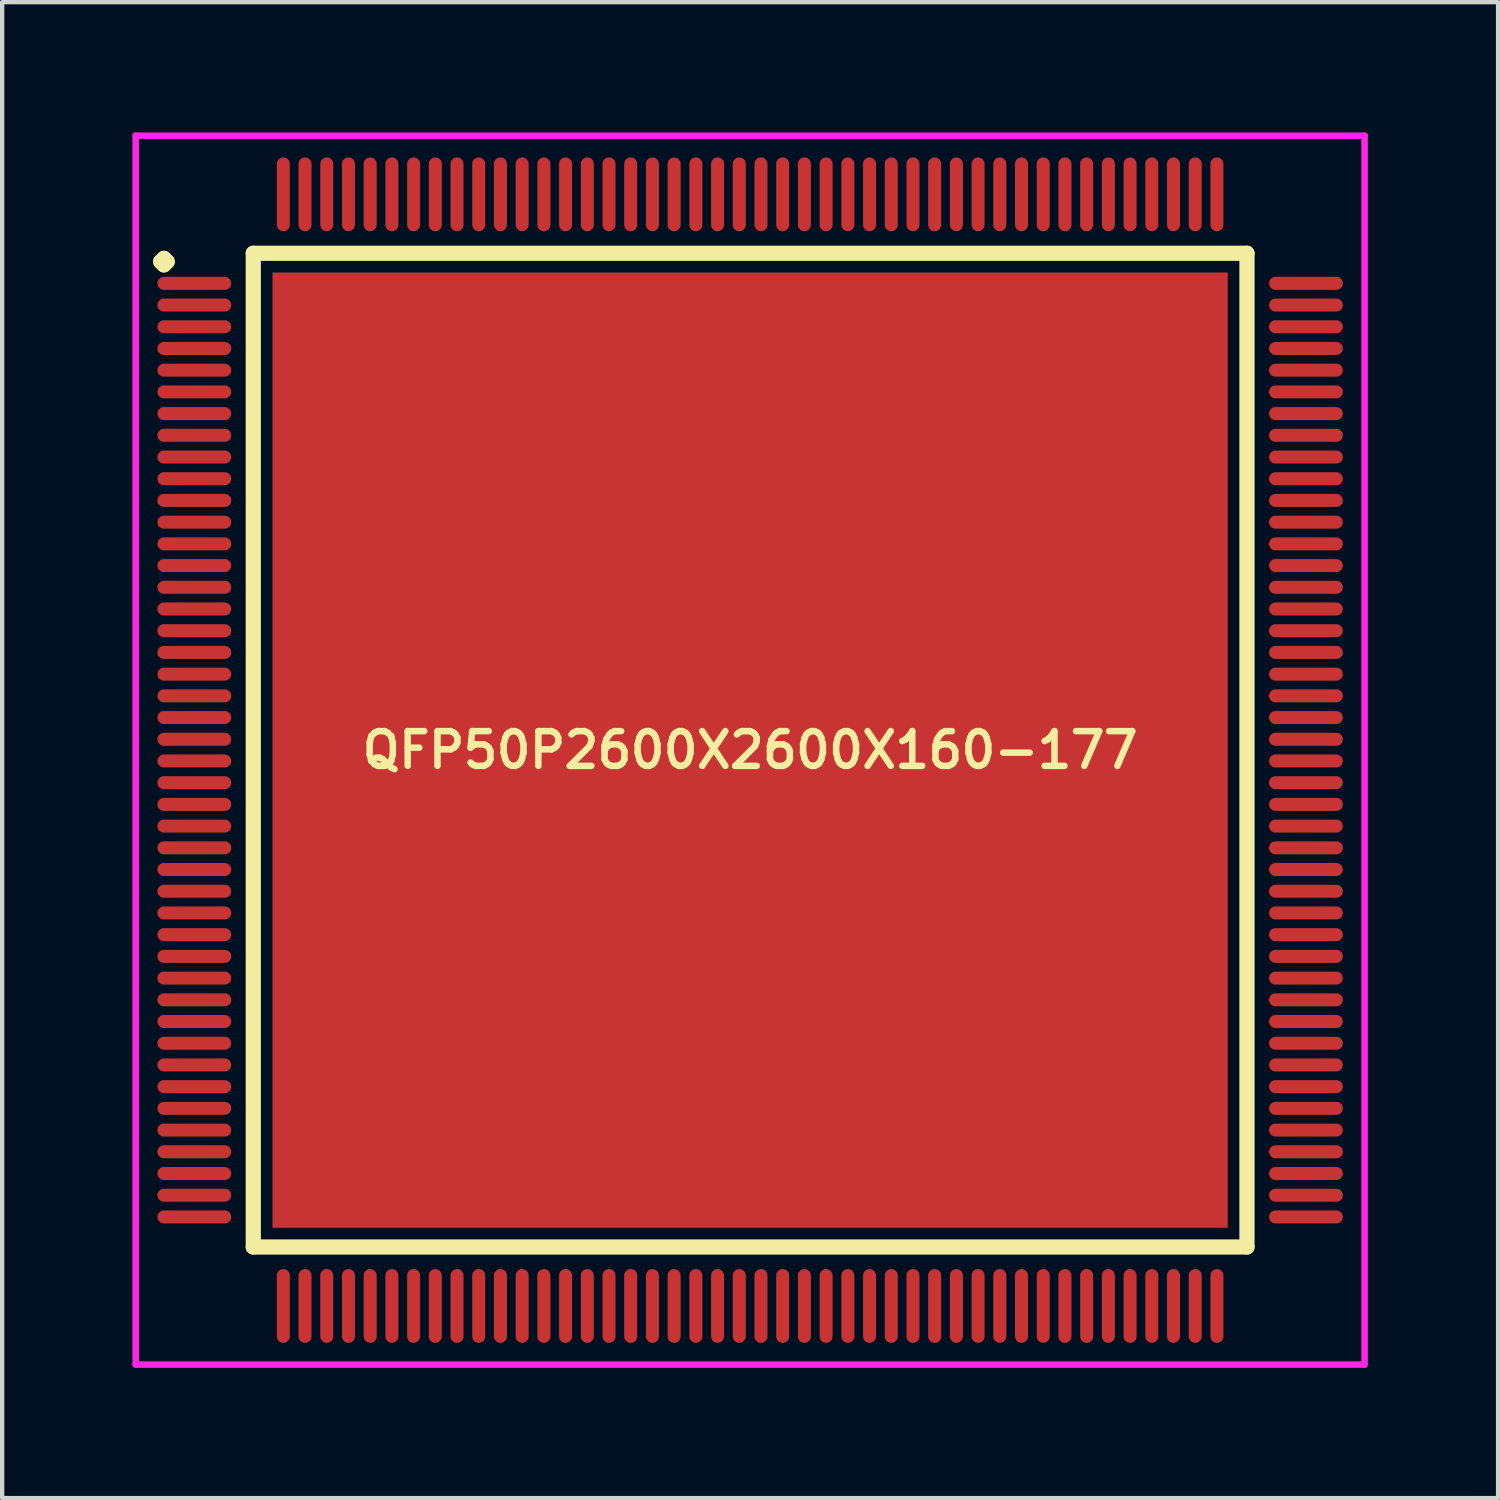
<source format=kicad_pcb>
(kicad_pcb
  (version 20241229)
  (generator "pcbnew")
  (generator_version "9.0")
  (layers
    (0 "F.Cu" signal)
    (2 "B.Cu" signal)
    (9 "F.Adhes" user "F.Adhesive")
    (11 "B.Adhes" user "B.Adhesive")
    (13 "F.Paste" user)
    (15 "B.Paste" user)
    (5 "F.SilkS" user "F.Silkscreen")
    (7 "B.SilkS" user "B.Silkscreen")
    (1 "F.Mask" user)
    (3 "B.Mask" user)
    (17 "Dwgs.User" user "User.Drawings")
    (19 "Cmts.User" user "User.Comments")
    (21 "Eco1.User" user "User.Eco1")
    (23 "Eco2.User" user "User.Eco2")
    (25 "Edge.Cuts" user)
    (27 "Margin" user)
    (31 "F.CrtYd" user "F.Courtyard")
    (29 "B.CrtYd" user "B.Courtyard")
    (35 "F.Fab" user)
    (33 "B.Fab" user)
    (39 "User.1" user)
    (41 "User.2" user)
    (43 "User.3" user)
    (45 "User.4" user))
  (footprint "QFP50P2600X2600X160-177"
    (layer "F.Cu")
    (at 14.225 14.225)
    (property "Reference" "QFP50P2600X2600X160-177" (at 0 0 0) (layer "F.SilkS") (effects (font (size 0.8 0.8) (thickness 0.15))))
    (attr smd)
    (fp_line (start -13.575 -11.25) (end -13.5 -11.325) (stroke (width 0.35) (type solid)) (layer "F.SilkS"))
    (fp_line (start -13.5 -11.325) (end -13.425 -11.25) (stroke (width 0.35) (type solid)) (layer "F.SilkS"))
    (fp_line (start -13.5 -11.175) (end -13.575 -11.25) (stroke (width 0.35) (type solid)) (layer "F.SilkS"))
    (fp_line (start -13.425 -11.25) (end -13.5 -11.175) (stroke (width 0.35) (type solid)) (layer "F.SilkS"))
    (fp_line (start -11.442 -11.442) (end -11.442 11.442) (stroke (width 0.35) (type solid)) (layer "F.SilkS"))
    (fp_line (start -11.442 11.442) (end 11.442 11.442) (stroke (width 0.35) (type solid)) (layer "F.SilkS"))
    (fp_line (start 11.442 -11.442) (end -11.442 -11.442) (stroke (width 0.35) (type solid)) (layer "F.SilkS"))
    (fp_line (start 11.442 11.442) (end 11.442 -11.442) (stroke (width 0.35) (type solid)) (layer "F.SilkS"))
    (fp_line (start -14.15 -14.15) (end 14.15 -14.15) (stroke (width 0.15) (type solid)) (layer "F.CrtYd"))
    (fp_line (start -14.15 14.15) (end -14.15 -14.15) (stroke (width 0.15) (type solid)) (layer "F.CrtYd"))
    (fp_line (start 14.15 -14.15) (end 14.15 14.15) (stroke (width 0.15) (type solid)) (layer "F.CrtYd"))
    (fp_line (start 14.15 14.15) (end -14.15 14.15) (stroke (width 0.15) (type solid)) (layer "F.CrtYd"))
    (pad "1" smd oval (at -12.8 -10.75) (size 1.7 0.3) (layers "F.Cu" "F.Mask" "F.Paste"))
    (pad "2" smd oval (at -12.8 -10.25) (size 1.7 0.3) (layers "F.Cu" "F.Mask" "F.Paste"))
    (pad "3" smd oval (at -12.8 -9.75) (size 1.7 0.3) (layers "F.Cu" "F.Mask" "F.Paste"))
    (pad "4" smd oval (at -12.8 -9.25) (size 1.7 0.3) (layers "F.Cu" "F.Mask" "F.Paste"))
    (pad "5" smd oval (at -12.8 -8.75) (size 1.7 0.3) (layers "F.Cu" "F.Mask" "F.Paste"))
    (pad "6" smd oval (at -12.8 -8.25) (size 1.7 0.3) (layers "F.Cu" "F.Mask" "F.Paste"))
    (pad "7" smd oval (at -12.8 -7.75) (size 1.7 0.3) (layers "F.Cu" "F.Mask" "F.Paste"))
    (pad "8" smd oval (at -12.8 -7.25) (size 1.7 0.3) (layers "F.Cu" "F.Mask" "F.Paste"))
    (pad "9" smd oval (at -12.8 -6.75) (size 1.7 0.3) (layers "F.Cu" "F.Mask" "F.Paste"))
    (pad "10" smd oval (at -12.8 -6.25) (size 1.7 0.3) (layers "F.Cu" "F.Mask" "F.Paste"))
    (pad "11" smd oval (at -12.8 -5.75) (size 1.7 0.3) (layers "F.Cu" "F.Mask" "F.Paste"))
    (pad "12" smd oval (at -12.8 -5.25) (size 1.7 0.3) (layers "F.Cu" "F.Mask" "F.Paste"))
    (pad "13" smd oval (at -12.8 -4.75) (size 1.7 0.3) (layers "F.Cu" "F.Mask" "F.Paste"))
    (pad "14" smd oval (at -12.8 -4.25) (size 1.7 0.3) (layers "F.Cu" "F.Mask" "F.Paste"))
    (pad "15" smd oval (at -12.8 -3.75) (size 1.7 0.3) (layers "F.Cu" "F.Mask" "F.Paste"))
    (pad "16" smd oval (at -12.8 -3.25) (size 1.7 0.3) (layers "F.Cu" "F.Mask" "F.Paste"))
    (pad "17" smd oval (at -12.8 -2.75) (size 1.7 0.3) (layers "F.Cu" "F.Mask" "F.Paste"))
    (pad "18" smd oval (at -12.8 -2.25) (size 1.7 0.3) (layers "F.Cu" "F.Mask" "F.Paste"))
    (pad "19" smd oval (at -12.8 -1.75) (size 1.7 0.3) (layers "F.Cu" "F.Mask" "F.Paste"))
    (pad "20" smd oval (at -12.8 -1.25) (size 1.7 0.3) (layers "F.Cu" "F.Mask" "F.Paste"))
    (pad "21" smd oval (at -12.8 -0.75) (size 1.7 0.3) (layers "F.Cu" "F.Mask" "F.Paste"))
    (pad "22" smd oval (at -12.8 -0.25) (size 1.7 0.3) (layers "F.Cu" "F.Mask" "F.Paste"))
    (pad "23" smd oval (at -12.8 0.25) (size 1.7 0.3) (layers "F.Cu" "F.Mask" "F.Paste"))
    (pad "24" smd oval (at -12.8 0.75) (size 1.7 0.3) (layers "F.Cu" "F.Mask" "F.Paste"))
    (pad "25" smd oval (at -12.8 1.25) (size 1.7 0.3) (layers "F.Cu" "F.Mask" "F.Paste"))
    (pad "26" smd oval (at -12.8 1.75) (size 1.7 0.3) (layers "F.Cu" "F.Mask" "F.Paste"))
    (pad "27" smd oval (at -12.8 2.25) (size 1.7 0.3) (layers "F.Cu" "F.Mask" "F.Paste"))
    (pad "28" smd oval (at -12.8 2.75) (size 1.7 0.3) (layers "F.Cu" "F.Mask" "F.Paste"))
    (pad "29" smd oval (at -12.8 3.25) (size 1.7 0.3) (layers "F.Cu" "F.Mask" "F.Paste"))
    (pad "30" smd oval (at -12.8 3.75) (size 1.7 0.3) (layers "F.Cu" "F.Mask" "F.Paste"))
    (pad "31" smd oval (at -12.8 4.25) (size 1.7 0.3) (layers "F.Cu" "F.Mask" "F.Paste"))
    (pad "32" smd oval (at -12.8 4.75) (size 1.7 0.3) (layers "F.Cu" "F.Mask" "F.Paste"))
    (pad "33" smd oval (at -12.8 5.25) (size 1.7 0.3) (layers "F.Cu" "F.Mask" "F.Paste"))
    (pad "34" smd oval (at -12.8 5.75) (size 1.7 0.3) (layers "F.Cu" "F.Mask" "F.Paste"))
    (pad "35" smd oval (at -12.8 6.25) (size 1.7 0.3) (layers "F.Cu" "F.Mask" "F.Paste"))
    (pad "36" smd oval (at -12.8 6.75) (size 1.7 0.3) (layers "F.Cu" "F.Mask" "F.Paste"))
    (pad "37" smd oval (at -12.8 7.25) (size 1.7 0.3) (layers "F.Cu" "F.Mask" "F.Paste"))
    (pad "38" smd oval (at -12.8 7.75) (size 1.7 0.3) (layers "F.Cu" "F.Mask" "F.Paste"))
    (pad "39" smd oval (at -12.8 8.25) (size 1.7 0.3) (layers "F.Cu" "F.Mask" "F.Paste"))
    (pad "40" smd oval (at -12.8 8.75) (size 1.7 0.3) (layers "F.Cu" "F.Mask" "F.Paste"))
    (pad "41" smd oval (at -12.8 9.25) (size 1.7 0.3) (layers "F.Cu" "F.Mask" "F.Paste"))
    (pad "42" smd oval (at -12.8 9.75) (size 1.7 0.3) (layers "F.Cu" "F.Mask" "F.Paste"))
    (pad "43" smd oval (at -12.8 10.25) (size 1.7 0.3) (layers "F.Cu" "F.Mask" "F.Paste"))
    (pad "44" smd oval (at -12.8 10.75) (size 1.7 0.3) (layers "F.Cu" "F.Mask" "F.Paste"))
    (pad "45" smd oval (at -10.75 12.8) (size 0.3 1.7) (layers "F.Cu" "F.Mask" "F.Paste"))
    (pad "46" smd oval (at -10.25 12.8) (size 0.3 1.7) (layers "F.Cu" "F.Mask" "F.Paste"))
    (pad "47" smd oval (at -9.75 12.8) (size 0.3 1.7) (layers "F.Cu" "F.Mask" "F.Paste"))
    (pad "48" smd oval (at -9.25 12.8) (size 0.3 1.7) (layers "F.Cu" "F.Mask" "F.Paste"))
    (pad "49" smd oval (at -8.75 12.8) (size 0.3 1.7) (layers "F.Cu" "F.Mask" "F.Paste"))
    (pad "50" smd oval (at -8.25 12.8) (size 0.3 1.7) (layers "F.Cu" "F.Mask" "F.Paste"))
    (pad "51" smd oval (at -7.75 12.8) (size 0.3 1.7) (layers "F.Cu" "F.Mask" "F.Paste"))
    (pad "52" smd oval (at -7.25 12.8) (size 0.3 1.7) (layers "F.Cu" "F.Mask" "F.Paste"))
    (pad "53" smd oval (at -6.75 12.8) (size 0.3 1.7) (layers "F.Cu" "F.Mask" "F.Paste"))
    (pad "54" smd oval (at -6.25 12.8) (size 0.3 1.7) (layers "F.Cu" "F.Mask" "F.Paste"))
    (pad "55" smd oval (at -5.75 12.8) (size 0.3 1.7) (layers "F.Cu" "F.Mask" "F.Paste"))
    (pad "56" smd oval (at -5.25 12.8) (size 0.3 1.7) (layers "F.Cu" "F.Mask" "F.Paste"))
    (pad "57" smd oval (at -4.75 12.8) (size 0.3 1.7) (layers "F.Cu" "F.Mask" "F.Paste"))
    (pad "58" smd oval (at -4.25 12.8) (size 0.3 1.7) (layers "F.Cu" "F.Mask" "F.Paste"))
    (pad "59" smd oval (at -3.75 12.8) (size 0.3 1.7) (layers "F.Cu" "F.Mask" "F.Paste"))
    (pad "60" smd oval (at -3.25 12.8) (size 0.3 1.7) (layers "F.Cu" "F.Mask" "F.Paste"))
    (pad "61" smd oval (at -2.75 12.8) (size 0.3 1.7) (layers "F.Cu" "F.Mask" "F.Paste"))
    (pad "62" smd oval (at -2.25 12.8) (size 0.3 1.7) (layers "F.Cu" "F.Mask" "F.Paste"))
    (pad "63" smd oval (at -1.75 12.8) (size 0.3 1.7) (layers "F.Cu" "F.Mask" "F.Paste"))
    (pad "64" smd oval (at -1.25 12.8) (size 0.3 1.7) (layers "F.Cu" "F.Mask" "F.Paste"))
    (pad "65" smd oval (at -0.75 12.8) (size 0.3 1.7) (layers "F.Cu" "F.Mask" "F.Paste"))
    (pad "66" smd oval (at -0.25 12.8) (size 0.3 1.7) (layers "F.Cu" "F.Mask" "F.Paste"))
    (pad "67" smd oval (at 0.25 12.8) (size 0.3 1.7) (layers "F.Cu" "F.Mask" "F.Paste"))
    (pad "68" smd oval (at 0.75 12.8) (size 0.3 1.7) (layers "F.Cu" "F.Mask" "F.Paste"))
    (pad "69" smd oval (at 1.25 12.8) (size 0.3 1.7) (layers "F.Cu" "F.Mask" "F.Paste"))
    (pad "70" smd oval (at 1.75 12.8) (size 0.3 1.7) (layers "F.Cu" "F.Mask" "F.Paste"))
    (pad "71" smd oval (at 2.25 12.8) (size 0.3 1.7) (layers "F.Cu" "F.Mask" "F.Paste"))
    (pad "72" smd oval (at 2.75 12.8) (size 0.3 1.7) (layers "F.Cu" "F.Mask" "F.Paste"))
    (pad "73" smd oval (at 3.25 12.8) (size 0.3 1.7) (layers "F.Cu" "F.Mask" "F.Paste"))
    (pad "74" smd oval (at 3.75 12.8) (size 0.3 1.7) (layers "F.Cu" "F.Mask" "F.Paste"))
    (pad "75" smd oval (at 4.25 12.8) (size 0.3 1.7) (layers "F.Cu" "F.Mask" "F.Paste"))
    (pad "76" smd oval (at 4.75 12.8) (size 0.3 1.7) (layers "F.Cu" "F.Mask" "F.Paste"))
    (pad "77" smd oval (at 5.25 12.8) (size 0.3 1.7) (layers "F.Cu" "F.Mask" "F.Paste"))
    (pad "78" smd oval (at 5.75 12.8) (size 0.3 1.7) (layers "F.Cu" "F.Mask" "F.Paste"))
    (pad "79" smd oval (at 6.25 12.8) (size 0.3 1.7) (layers "F.Cu" "F.Mask" "F.Paste"))
    (pad "80" smd oval (at 6.75 12.8) (size 0.3 1.7) (layers "F.Cu" "F.Mask" "F.Paste"))
    (pad "81" smd oval (at 7.25 12.8) (size 0.3 1.7) (layers "F.Cu" "F.Mask" "F.Paste"))
    (pad "82" smd oval (at 7.75 12.8) (size 0.3 1.7) (layers "F.Cu" "F.Mask" "F.Paste"))
    (pad "83" smd oval (at 8.25 12.8) (size 0.3 1.7) (layers "F.Cu" "F.Mask" "F.Paste"))
    (pad "84" smd oval (at 8.75 12.8) (size 0.3 1.7) (layers "F.Cu" "F.Mask" "F.Paste"))
    (pad "85" smd oval (at 9.25 12.8) (size 0.3 1.7) (layers "F.Cu" "F.Mask" "F.Paste"))
    (pad "86" smd oval (at 9.75 12.8) (size 0.3 1.7) (layers "F.Cu" "F.Mask" "F.Paste"))
    (pad "87" smd oval (at 10.25 12.8) (size 0.3 1.7) (layers "F.Cu" "F.Mask" "F.Paste"))
    (pad "88" smd oval (at 10.75 12.8) (size 0.3 1.7) (layers "F.Cu" "F.Mask" "F.Paste"))
    (pad "89" smd oval (at 12.8 10.75) (size 1.7 0.3) (layers "F.Cu" "F.Mask" "F.Paste"))
    (pad "90" smd oval (at 12.8 10.25) (size 1.7 0.3) (layers "F.Cu" "F.Mask" "F.Paste"))
    (pad "91" smd oval (at 12.8 9.75) (size 1.7 0.3) (layers "F.Cu" "F.Mask" "F.Paste"))
    (pad "92" smd oval (at 12.8 9.25) (size 1.7 0.3) (layers "F.Cu" "F.Mask" "F.Paste"))
    (pad "93" smd oval (at 12.8 8.75) (size 1.7 0.3) (layers "F.Cu" "F.Mask" "F.Paste"))
    (pad "94" smd oval (at 12.8 8.25) (size 1.7 0.3) (layers "F.Cu" "F.Mask" "F.Paste"))
    (pad "95" smd oval (at 12.8 7.75) (size 1.7 0.3) (layers "F.Cu" "F.Mask" "F.Paste"))
    (pad "96" smd oval (at 12.8 7.25) (size 1.7 0.3) (layers "F.Cu" "F.Mask" "F.Paste"))
    (pad "97" smd oval (at 12.8 6.75) (size 1.7 0.3) (layers "F.Cu" "F.Mask" "F.Paste"))
    (pad "98" smd oval (at 12.8 6.25) (size 1.7 0.3) (layers "F.Cu" "F.Mask" "F.Paste"))
    (pad "99" smd oval (at 12.8 5.75) (size 1.7 0.3) (layers "F.Cu" "F.Mask" "F.Paste"))
    (pad "100" smd oval (at 12.8 5.25) (size 1.7 0.3) (layers "F.Cu" "F.Mask" "F.Paste"))
    (pad "101" smd oval (at 12.8 4.75) (size 1.7 0.3) (layers "F.Cu" "F.Mask" "F.Paste"))
    (pad "102" smd oval (at 12.8 4.25) (size 1.7 0.3) (layers "F.Cu" "F.Mask" "F.Paste"))
    (pad "103" smd oval (at 12.8 3.75) (size 1.7 0.3) (layers "F.Cu" "F.Mask" "F.Paste"))
    (pad "104" smd oval (at 12.8 3.25) (size 1.7 0.3) (layers "F.Cu" "F.Mask" "F.Paste"))
    (pad "105" smd oval (at 12.8 2.75) (size 1.7 0.3) (layers "F.Cu" "F.Mask" "F.Paste"))
    (pad "106" smd oval (at 12.8 2.25) (size 1.7 0.3) (layers "F.Cu" "F.Mask" "F.Paste"))
    (pad "107" smd oval (at 12.8 1.75) (size 1.7 0.3) (layers "F.Cu" "F.Mask" "F.Paste"))
    (pad "108" smd oval (at 12.8 1.25) (size 1.7 0.3) (layers "F.Cu" "F.Mask" "F.Paste"))
    (pad "109" smd oval (at 12.8 0.75) (size 1.7 0.3) (layers "F.Cu" "F.Mask" "F.Paste"))
    (pad "110" smd oval (at 12.8 0.25) (size 1.7 0.3) (layers "F.Cu" "F.Mask" "F.Paste"))
    (pad "111" smd oval (at 12.8 -0.25) (size 1.7 0.3) (layers "F.Cu" "F.Mask" "F.Paste"))
    (pad "112" smd oval (at 12.8 -0.75) (size 1.7 0.3) (layers "F.Cu" "F.Mask" "F.Paste"))
    (pad "113" smd oval (at 12.8 -1.25) (size 1.7 0.3) (layers "F.Cu" "F.Mask" "F.Paste"))
    (pad "114" smd oval (at 12.8 -1.75) (size 1.7 0.3) (layers "F.Cu" "F.Mask" "F.Paste"))
    (pad "115" smd oval (at 12.8 -2.25) (size 1.7 0.3) (layers "F.Cu" "F.Mask" "F.Paste"))
    (pad "116" smd oval (at 12.8 -2.75) (size 1.7 0.3) (layers "F.Cu" "F.Mask" "F.Paste"))
    (pad "117" smd oval (at 12.8 -3.25) (size 1.7 0.3) (layers "F.Cu" "F.Mask" "F.Paste"))
    (pad "118" smd oval (at 12.8 -3.75) (size 1.7 0.3) (layers "F.Cu" "F.Mask" "F.Paste"))
    (pad "119" smd oval (at 12.8 -4.25) (size 1.7 0.3) (layers "F.Cu" "F.Mask" "F.Paste"))
    (pad "120" smd oval (at 12.8 -4.75) (size 1.7 0.3) (layers "F.Cu" "F.Mask" "F.Paste"))
    (pad "121" smd oval (at 12.8 -5.25) (size 1.7 0.3) (layers "F.Cu" "F.Mask" "F.Paste"))
    (pad "122" smd oval (at 12.8 -5.75) (size 1.7 0.3) (layers "F.Cu" "F.Mask" "F.Paste"))
    (pad "123" smd oval (at 12.8 -6.25) (size 1.7 0.3) (layers "F.Cu" "F.Mask" "F.Paste"))
    (pad "124" smd oval (at 12.8 -6.75) (size 1.7 0.3) (layers "F.Cu" "F.Mask" "F.Paste"))
    (pad "125" smd oval (at 12.8 -7.25) (size 1.7 0.3) (layers "F.Cu" "F.Mask" "F.Paste"))
    (pad "126" smd oval (at 12.8 -7.75) (size 1.7 0.3) (layers "F.Cu" "F.Mask" "F.Paste"))
    (pad "127" smd oval (at 12.8 -8.25) (size 1.7 0.3) (layers "F.Cu" "F.Mask" "F.Paste"))
    (pad "128" smd oval (at 12.8 -8.75) (size 1.7 0.3) (layers "F.Cu" "F.Mask" "F.Paste"))
    (pad "129" smd oval (at 12.8 -9.25) (size 1.7 0.3) (layers "F.Cu" "F.Mask" "F.Paste"))
    (pad "130" smd oval (at 12.8 -9.75) (size 1.7 0.3) (layers "F.Cu" "F.Mask" "F.Paste"))
    (pad "131" smd oval (at 12.8 -10.25) (size 1.7 0.3) (layers "F.Cu" "F.Mask" "F.Paste"))
    (pad "132" smd oval (at 12.8 -10.75) (size 1.7 0.3) (layers "F.Cu" "F.Mask" "F.Paste"))
    (pad "133" smd oval (at 10.75 -12.8) (size 0.3 1.7) (layers "F.Cu" "F.Mask" "F.Paste"))
    (pad "134" smd oval (at 10.25 -12.8) (size 0.3 1.7) (layers "F.Cu" "F.Mask" "F.Paste"))
    (pad "135" smd oval (at 9.75 -12.8) (size 0.3 1.7) (layers "F.Cu" "F.Mask" "F.Paste"))
    (pad "136" smd oval (at 9.25 -12.8) (size 0.3 1.7) (layers "F.Cu" "F.Mask" "F.Paste"))
    (pad "137" smd oval (at 8.75 -12.8) (size 0.3 1.7) (layers "F.Cu" "F.Mask" "F.Paste"))
    (pad "138" smd oval (at 8.25 -12.8) (size 0.3 1.7) (layers "F.Cu" "F.Mask" "F.Paste"))
    (pad "139" smd oval (at 7.75 -12.8) (size 0.3 1.7) (layers "F.Cu" "F.Mask" "F.Paste"))
    (pad "140" smd oval (at 7.25 -12.8) (size 0.3 1.7) (layers "F.Cu" "F.Mask" "F.Paste"))
    (pad "141" smd oval (at 6.75 -12.8) (size 0.3 1.7) (layers "F.Cu" "F.Mask" "F.Paste"))
    (pad "142" smd oval (at 6.25 -12.8) (size 0.3 1.7) (layers "F.Cu" "F.Mask" "F.Paste"))
    (pad "143" smd oval (at 5.75 -12.8) (size 0.3 1.7) (layers "F.Cu" "F.Mask" "F.Paste"))
    (pad "144" smd oval (at 5.25 -12.8) (size 0.3 1.7) (layers "F.Cu" "F.Mask" "F.Paste"))
    (pad "145" smd oval (at 4.75 -12.8) (size 0.3 1.7) (layers "F.Cu" "F.Mask" "F.Paste"))
    (pad "146" smd oval (at 4.25 -12.8) (size 0.3 1.7) (layers "F.Cu" "F.Mask" "F.Paste"))
    (pad "147" smd oval (at 3.75 -12.8) (size 0.3 1.7) (layers "F.Cu" "F.Mask" "F.Paste"))
    (pad "148" smd oval (at 3.25 -12.8) (size 0.3 1.7) (layers "F.Cu" "F.Mask" "F.Paste"))
    (pad "149" smd oval (at 2.75 -12.8) (size 0.3 1.7) (layers "F.Cu" "F.Mask" "F.Paste"))
    (pad "150" smd oval (at 2.25 -12.8) (size 0.3 1.7) (layers "F.Cu" "F.Mask" "F.Paste"))
    (pad "151" smd oval (at 1.75 -12.8) (size 0.3 1.7) (layers "F.Cu" "F.Mask" "F.Paste"))
    (pad "152" smd oval (at 1.25 -12.8) (size 0.3 1.7) (layers "F.Cu" "F.Mask" "F.Paste"))
    (pad "153" smd oval (at 0.75 -12.8) (size 0.3 1.7) (layers "F.Cu" "F.Mask" "F.Paste"))
    (pad "154" smd oval (at 0.25 -12.8) (size 0.3 1.7) (layers "F.Cu" "F.Mask" "F.Paste"))
    (pad "155" smd oval (at -0.25 -12.8) (size 0.3 1.7) (layers "F.Cu" "F.Mask" "F.Paste"))
    (pad "156" smd oval (at -0.75 -12.8) (size 0.3 1.7) (layers "F.Cu" "F.Mask" "F.Paste"))
    (pad "157" smd oval (at -1.25 -12.8) (size 0.3 1.7) (layers "F.Cu" "F.Mask" "F.Paste"))
    (pad "158" smd oval (at -1.75 -12.8) (size 0.3 1.7) (layers "F.Cu" "F.Mask" "F.Paste"))
    (pad "159" smd oval (at -2.25 -12.8) (size 0.3 1.7) (layers "F.Cu" "F.Mask" "F.Paste"))
    (pad "160" smd oval (at -2.75 -12.8) (size 0.3 1.7) (layers "F.Cu" "F.Mask" "F.Paste"))
    (pad "161" smd oval (at -3.25 -12.8) (size 0.3 1.7) (layers "F.Cu" "F.Mask" "F.Paste"))
    (pad "162" smd oval (at -3.75 -12.8) (size 0.3 1.7) (layers "F.Cu" "F.Mask" "F.Paste"))
    (pad "163" smd oval (at -4.25 -12.8) (size 0.3 1.7) (layers "F.Cu" "F.Mask" "F.Paste"))
    (pad "164" smd oval (at -4.75 -12.8) (size 0.3 1.7) (layers "F.Cu" "F.Mask" "F.Paste"))
    (pad "165" smd oval (at -5.25 -12.8) (size 0.3 1.7) (layers "F.Cu" "F.Mask" "F.Paste"))
    (pad "166" smd oval (at -5.75 -12.8) (size 0.3 1.7) (layers "F.Cu" "F.Mask" "F.Paste"))
    (pad "167" smd oval (at -6.25 -12.8) (size 0.3 1.7) (layers "F.Cu" "F.Mask" "F.Paste"))
    (pad "168" smd oval (at -6.75 -12.8) (size 0.3 1.7) (layers "F.Cu" "F.Mask" "F.Paste"))
    (pad "169" smd oval (at -7.25 -12.8) (size 0.3 1.7) (layers "F.Cu" "F.Mask" "F.Paste"))
    (pad "170" smd oval (at -7.75 -12.8) (size 0.3 1.7) (layers "F.Cu" "F.Mask" "F.Paste"))
    (pad "171" smd oval (at -8.25 -12.8) (size 0.3 1.7) (layers "F.Cu" "F.Mask" "F.Paste"))
    (pad "172" smd oval (at -8.75 -12.8) (size 0.3 1.7) (layers "F.Cu" "F.Mask" "F.Paste"))
    (pad "173" smd oval (at -9.25 -12.8) (size 0.3 1.7) (layers "F.Cu" "F.Mask" "F.Paste"))
    (pad "174" smd oval (at -9.75 -12.8) (size 0.3 1.7) (layers "F.Cu" "F.Mask" "F.Paste"))
    (pad "175" smd oval (at -10.25 -12.8) (size 0.3 1.7) (layers "F.Cu" "F.Mask" "F.Paste"))
    (pad "176" smd oval (at -10.75 -12.8) (size 0.3 1.7) (layers "F.Cu" "F.Mask" "F.Paste"))
    (pad "177" smd rect (at 0 0) (size 22 22) (layers "F.Cu" "F.Mask" "F.Paste")))
  (gr_rect
    (start -3 -3)
    (end 31.45 31.45)
    (stroke (width 0.1) (type default))
    (fill no)
    (layer "Edge.Cuts")))
</source>
